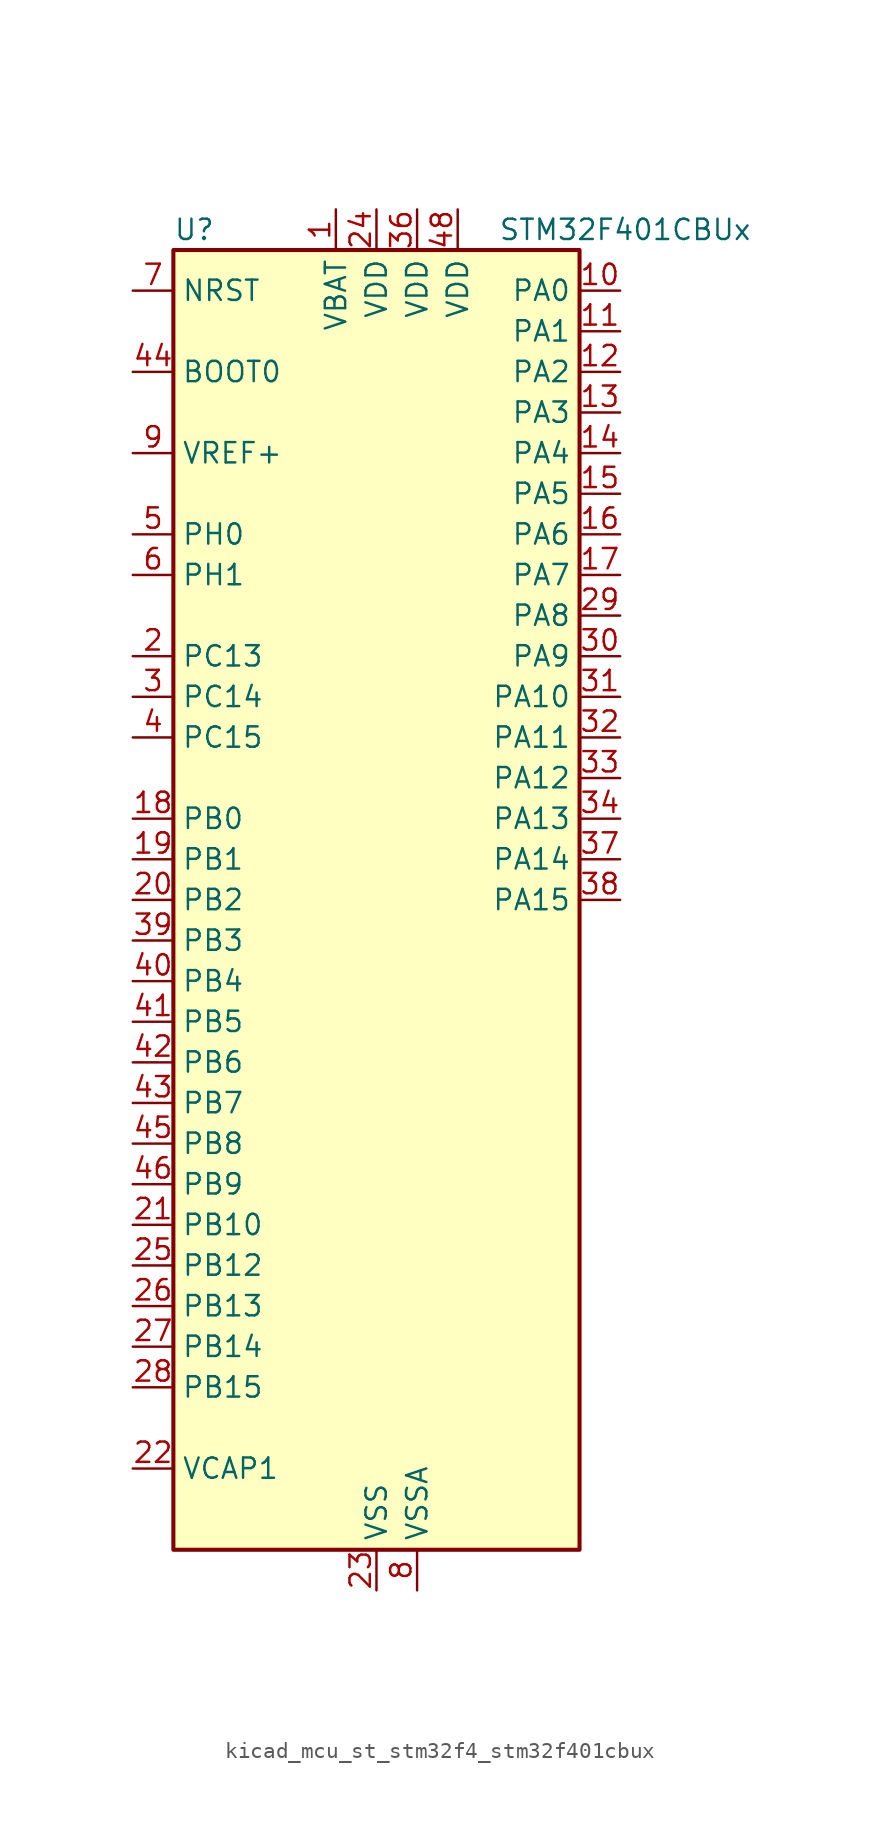
<source format=kicad_sym>
(kicad_symbol_lib
  (version 20220914)
  (generator kicad_symbol_editor)
  (symbol "kicad_mcu_st_stm32f4_stm32f401cbux"
    (property "Reference" "U"
      (at -12.7 41.91 0)
      (effects (font (size 1.27 1.27)) (justify left)))
    (property "Value" "STM32F401CBUx"
      (at 7.62 41.91 0)
      (effects (font (size 1.27 1.27)) (justify left)))
    (property "ki_locked" ""
      (at 0 0 0)
      (effects (font (size 1.27 1.27))))
    (symbol "kicad_mcu_st_stm32f4_stm32f401cbux_0_1"
      (rectangle (start -12.7 -40.64) (end 12.7 40.64) (stroke (width 0.254) (type default)) (fill (type background))))
    (symbol "kicad_mcu_st_stm32f4_stm32f401cbux_1_1"
      (pin power_in line (at -2.54 43.18 270) (length 2.54) (name "VBAT" (effects (font (size 1.27 1.27)))) (number "1" (effects (font (size 1.27 1.27)))))
      (pin bidirectional line (at 15.24 38.1 180) (length 2.54) (name "PA0" (effects (font (size 1.27 1.27)))) (number "10" (effects (font (size 1.27 1.27)))) (alternate "ADC1_IN0" bidirectional line) (alternate "SYS_WKUP" bidirectional line) (alternate "TIM2_CH1" bidirectional line) (alternate "TIM2_ETR" bidirectional line) (alternate "TIM5_CH1" bidirectional line) (alternate "USART2_CTS" bidirectional line))
      (pin bidirectional line (at 15.24 35.56 180) (length 2.54) (name "PA1" (effects (font (size 1.27 1.27)))) (number "11" (effects (font (size 1.27 1.27)))) (alternate "ADC1_IN1" bidirectional line) (alternate "TIM2_CH2" bidirectional line) (alternate "TIM5_CH2" bidirectional line) (alternate "USART2_RTS" bidirectional line))
      (pin bidirectional line (at 15.24 33.02 180) (length 2.54) (name "PA2" (effects (font (size 1.27 1.27)))) (number "12" (effects (font (size 1.27 1.27)))) (alternate "ADC1_IN2" bidirectional line) (alternate "TIM2_CH3" bidirectional line) (alternate "TIM5_CH3" bidirectional line) (alternate "TIM9_CH1" bidirectional line) (alternate "USART2_TX" bidirectional line))
      (pin bidirectional line (at 15.24 30.48 180) (length 2.54) (name "PA3" (effects (font (size 1.27 1.27)))) (number "13" (effects (font (size 1.27 1.27)))) (alternate "ADC1_IN3" bidirectional line) (alternate "TIM2_CH4" bidirectional line) (alternate "TIM5_CH4" bidirectional line) (alternate "TIM9_CH2" bidirectional line) (alternate "USART2_RX" bidirectional line))
      (pin bidirectional line (at 15.24 27.94 180) (length 2.54) (name "PA4" (effects (font (size 1.27 1.27)))) (number "14" (effects (font (size 1.27 1.27)))) (alternate "ADC1_IN4" bidirectional line) (alternate "I2S3_WS" bidirectional line) (alternate "SPI1_NSS" bidirectional line) (alternate "SPI3_NSS" bidirectional line) (alternate "USART2_CK" bidirectional line))
      (pin bidirectional line (at 15.24 25.4 180) (length 2.54) (name "PA5" (effects (font (size 1.27 1.27)))) (number "15" (effects (font (size 1.27 1.27)))) (alternate "ADC1_IN5" bidirectional line) (alternate "SPI1_SCK" bidirectional line) (alternate "TIM2_CH1" bidirectional line) (alternate "TIM2_ETR" bidirectional line))
      (pin bidirectional line (at 15.24 22.86 180) (length 2.54) (name "PA6" (effects (font (size 1.27 1.27)))) (number "16" (effects (font (size 1.27 1.27)))) (alternate "ADC1_IN6" bidirectional line) (alternate "SPI1_MISO" bidirectional line) (alternate "TIM1_BKIN" bidirectional line) (alternate "TIM3_CH1" bidirectional line))
      (pin bidirectional line (at 15.24 20.32 180) (length 2.54) (name "PA7" (effects (font (size 1.27 1.27)))) (number "17" (effects (font (size 1.27 1.27)))) (alternate "ADC1_IN7" bidirectional line) (alternate "SPI1_MOSI" bidirectional line) (alternate "TIM1_CH1N" bidirectional line) (alternate "TIM3_CH2" bidirectional line))
      (pin bidirectional line (at -15.24 5.08 0) (length 2.54) (name "PB0" (effects (font (size 1.27 1.27)))) (number "18" (effects (font (size 1.27 1.27)))) (alternate "ADC1_IN8" bidirectional line) (alternate "TIM1_CH2N" bidirectional line) (alternate "TIM3_CH3" bidirectional line))
      (pin bidirectional line (at -15.24 2.54 0) (length 2.54) (name "PB1" (effects (font (size 1.27 1.27)))) (number "19" (effects (font (size 1.27 1.27)))) (alternate "ADC1_IN9" bidirectional line) (alternate "TIM1_CH3N" bidirectional line) (alternate "TIM3_CH4" bidirectional line))
      (pin bidirectional line (at -15.24 15.24 0) (length 2.54) (name "PC13" (effects (font (size 1.27 1.27)))) (number "2" (effects (font (size 1.27 1.27)))) (alternate "RTC_AF1" bidirectional line))
      (pin bidirectional line (at -15.24 0 0) (length 2.54) (name "PB2" (effects (font (size 1.27 1.27)))) (number "20" (effects (font (size 1.27 1.27)))))
      (pin bidirectional line (at -15.24 -20.32 0) (length 2.54) (name "PB10" (effects (font (size 1.27 1.27)))) (number "21" (effects (font (size 1.27 1.27)))) (alternate "I2C2_SCL" bidirectional line) (alternate "I2S2_CK" bidirectional line) (alternate "SPI2_SCK" bidirectional line) (alternate "TIM2_CH3" bidirectional line))
      (pin power_out line (at -15.24 -35.56 0) (length 2.54) (name "VCAP1" (effects (font (size 1.27 1.27)))) (number "22" (effects (font (size 1.27 1.27)))))
      (pin power_in line (at 0 -43.18 90) (length 2.54) (name "VSS" (effects (font (size 1.27 1.27)))) (number "23" (effects (font (size 1.27 1.27)))))
      (pin power_in line (at 0 43.18 270) (length 2.54) (name "VDD" (effects (font (size 1.27 1.27)))) (number "24" (effects (font (size 1.27 1.27)))))
      (pin bidirectional line (at -15.24 -22.86 0) (length 2.54) (name "PB12" (effects (font (size 1.27 1.27)))) (number "25" (effects (font (size 1.27 1.27)))) (alternate "I2C2_SMBA" bidirectional line) (alternate "I2S2_WS" bidirectional line) (alternate "SPI2_NSS" bidirectional line) (alternate "TIM1_BKIN" bidirectional line))
      (pin bidirectional line (at -15.24 -25.4 0) (length 2.54) (name "PB13" (effects (font (size 1.27 1.27)))) (number "26" (effects (font (size 1.27 1.27)))) (alternate "I2S2_CK" bidirectional line) (alternate "SPI2_SCK" bidirectional line) (alternate "TIM1_CH1N" bidirectional line))
      (pin bidirectional line (at -15.24 -27.94 0) (length 2.54) (name "PB14" (effects (font (size 1.27 1.27)))) (number "27" (effects (font (size 1.27 1.27)))) (alternate "I2S2_ext_SD" bidirectional line) (alternate "SPI2_MISO" bidirectional line) (alternate "TIM1_CH2N" bidirectional line))
      (pin bidirectional line (at -15.24 -30.48 0) (length 2.54) (name "PB15" (effects (font (size 1.27 1.27)))) (number "28" (effects (font (size 1.27 1.27)))) (alternate "ADC1_EXTI15" bidirectional line) (alternate "I2S2_SD" bidirectional line) (alternate "RTC_REFIN" bidirectional line) (alternate "SPI2_MOSI" bidirectional line) (alternate "TIM1_CH3N" bidirectional line))
      (pin bidirectional line (at 15.24 17.78 180) (length 2.54) (name "PA8" (effects (font (size 1.27 1.27)))) (number "29" (effects (font (size 1.27 1.27)))) (alternate "I2C3_SCL" bidirectional line) (alternate "RCC_MCO_1" bidirectional line) (alternate "TIM1_CH1" bidirectional line) (alternate "USART1_CK" bidirectional line) (alternate "USB_OTG_FS_SOF" bidirectional line))
      (pin bidirectional line (at -15.24 12.7 0) (length 2.54) (name "PC14" (effects (font (size 1.27 1.27)))) (number "3" (effects (font (size 1.27 1.27)))) (alternate "RCC_OSC32_IN" bidirectional line))
      (pin bidirectional line (at 15.24 15.24 180) (length 2.54) (name "PA9" (effects (font (size 1.27 1.27)))) (number "30" (effects (font (size 1.27 1.27)))) (alternate "I2C3_SMBA" bidirectional line) (alternate "TIM1_CH2" bidirectional line) (alternate "USART1_TX" bidirectional line) (alternate "USB_OTG_FS_VBUS" bidirectional line))
      (pin bidirectional line (at 15.24 12.7 180) (length 2.54) (name "PA10" (effects (font (size 1.27 1.27)))) (number "31" (effects (font (size 1.27 1.27)))) (alternate "TIM1_CH3" bidirectional line) (alternate "USART1_RX" bidirectional line) (alternate "USB_OTG_FS_ID" bidirectional line))
      (pin bidirectional line (at 15.24 10.16 180) (length 2.54) (name "PA11" (effects (font (size 1.27 1.27)))) (number "32" (effects (font (size 1.27 1.27)))) (alternate "ADC1_EXTI11" bidirectional line) (alternate "TIM1_CH4" bidirectional line) (alternate "USART1_CTS" bidirectional line) (alternate "USART6_TX" bidirectional line) (alternate "USB_OTG_FS_DM" bidirectional line))
      (pin bidirectional line (at 15.24 7.62 180) (length 2.54) (name "PA12" (effects (font (size 1.27 1.27)))) (number "33" (effects (font (size 1.27 1.27)))) (alternate "TIM1_ETR" bidirectional line) (alternate "USART1_RTS" bidirectional line) (alternate "USART6_RX" bidirectional line) (alternate "USB_OTG_FS_DP" bidirectional line))
      (pin bidirectional line (at 15.24 5.08 180) (length 2.54) (name "PA13" (effects (font (size 1.27 1.27)))) (number "34" (effects (font (size 1.27 1.27)))) (alternate "SYS_JTMS-SWDIO" bidirectional line))
      (pin passive line (at 0 -43.18 90) (length 2.54) hide (name "VSS" (effects (font (size 1.27 1.27)))) (number "35" (effects (font (size 1.27 1.27)))))
      (pin power_in line (at 2.54 43.18 270) (length 2.54) (name "VDD" (effects (font (size 1.27 1.27)))) (number "36" (effects (font (size 1.27 1.27)))))
      (pin bidirectional line (at 15.24 2.54 180) (length 2.54) (name "PA14" (effects (font (size 1.27 1.27)))) (number "37" (effects (font (size 1.27 1.27)))) (alternate "SYS_JTCK-SWCLK" bidirectional line))
      (pin bidirectional line (at 15.24 0 180) (length 2.54) (name "PA15" (effects (font (size 1.27 1.27)))) (number "38" (effects (font (size 1.27 1.27)))) (alternate "ADC1_EXTI15" bidirectional line) (alternate "I2S3_WS" bidirectional line) (alternate "SPI1_NSS" bidirectional line) (alternate "SPI3_NSS" bidirectional line) (alternate "SYS_JTDI" bidirectional line) (alternate "TIM2_CH1" bidirectional line) (alternate "TIM2_ETR" bidirectional line))
      (pin bidirectional line (at -15.24 -2.54 0) (length 2.54) (name "PB3" (effects (font (size 1.27 1.27)))) (number "39" (effects (font (size 1.27 1.27)))) (alternate "I2C2_SDA" bidirectional line) (alternate "I2S3_CK" bidirectional line) (alternate "SPI1_SCK" bidirectional line) (alternate "SPI3_SCK" bidirectional line) (alternate "SYS_JTDO-SWO" bidirectional line) (alternate "TIM2_CH2" bidirectional line))
      (pin bidirectional line (at -15.24 10.16 0) (length 2.54) (name "PC15" (effects (font (size 1.27 1.27)))) (number "4" (effects (font (size 1.27 1.27)))) (alternate "ADC1_EXTI15" bidirectional line) (alternate "RCC_OSC32_OUT" bidirectional line))
      (pin bidirectional line (at -15.24 -5.08 0) (length 2.54) (name "PB4" (effects (font (size 1.27 1.27)))) (number "40" (effects (font (size 1.27 1.27)))) (alternate "I2C3_SDA" bidirectional line) (alternate "I2S3_ext_SD" bidirectional line) (alternate "SPI1_MISO" bidirectional line) (alternate "SPI3_MISO" bidirectional line) (alternate "SYS_JTRST" bidirectional line) (alternate "TIM3_CH1" bidirectional line))
      (pin bidirectional line (at -15.24 -7.62 0) (length 2.54) (name "PB5" (effects (font (size 1.27 1.27)))) (number "41" (effects (font (size 1.27 1.27)))) (alternate "I2C1_SMBA" bidirectional line) (alternate "I2S3_SD" bidirectional line) (alternate "SPI1_MOSI" bidirectional line) (alternate "SPI3_MOSI" bidirectional line) (alternate "TIM3_CH2" bidirectional line))
      (pin bidirectional line (at -15.24 -10.16 0) (length 2.54) (name "PB6" (effects (font (size 1.27 1.27)))) (number "42" (effects (font (size 1.27 1.27)))) (alternate "I2C1_SCL" bidirectional line) (alternate "TIM4_CH1" bidirectional line) (alternate "USART1_TX" bidirectional line))
      (pin bidirectional line (at -15.24 -12.7 0) (length 2.54) (name "PB7" (effects (font (size 1.27 1.27)))) (number "43" (effects (font (size 1.27 1.27)))) (alternate "I2C1_SDA" bidirectional line) (alternate "TIM4_CH2" bidirectional line) (alternate "USART1_RX" bidirectional line))
      (pin input line (at -15.24 33.02 0) (length 2.54) (name "BOOT0" (effects (font (size 1.27 1.27)))) (number "44" (effects (font (size 1.27 1.27)))))
      (pin bidirectional line (at -15.24 -15.24 0) (length 2.54) (name "PB8" (effects (font (size 1.27 1.27)))) (number "45" (effects (font (size 1.27 1.27)))) (alternate "I2C1_SCL" bidirectional line) (alternate "TIM10_CH1" bidirectional line) (alternate "TIM4_CH3" bidirectional line))
      (pin bidirectional line (at -15.24 -17.78 0) (length 2.54) (name "PB9" (effects (font (size 1.27 1.27)))) (number "46" (effects (font (size 1.27 1.27)))) (alternate "I2C1_SDA" bidirectional line) (alternate "I2S2_WS" bidirectional line) (alternate "SPI2_NSS" bidirectional line) (alternate "TIM11_CH1" bidirectional line) (alternate "TIM4_CH4" bidirectional line))
      (pin passive line (at 0 -43.18 90) (length 2.54) hide (name "VSS" (effects (font (size 1.27 1.27)))) (number "47" (effects (font (size 1.27 1.27)))))
      (pin power_in line (at 5.08 43.18 270) (length 2.54) (name "VDD" (effects (font (size 1.27 1.27)))) (number "48" (effects (font (size 1.27 1.27)))))
      (pin passive line (at 0 -43.18 90) (length 2.54) hide (name "VSS" (effects (font (size 1.27 1.27)))) (number "49" (effects (font (size 1.27 1.27)))))
      (pin bidirectional line (at -15.24 22.86 0) (length 2.54) (name "PH0" (effects (font (size 1.27 1.27)))) (number "5" (effects (font (size 1.27 1.27)))) (alternate "RCC_OSC_IN" bidirectional line))
      (pin bidirectional line (at -15.24 20.32 0) (length 2.54) (name "PH1" (effects (font (size 1.27 1.27)))) (number "6" (effects (font (size 1.27 1.27)))) (alternate "RCC_OSC_OUT" bidirectional line))
      (pin input line (at -15.24 38.1 0) (length 2.54) (name "NRST" (effects (font (size 1.27 1.27)))) (number "7" (effects (font (size 1.27 1.27)))))
      (pin power_in line (at 2.54 -43.18 90) (length 2.54) (name "VSSA" (effects (font (size 1.27 1.27)))) (number "8" (effects (font (size 1.27 1.27)))))
      (pin input line (at -15.24 27.94 0) (length 2.54) (name "VREF+" (effects (font (size 1.27 1.27)))) (number "9" (effects (font (size 1.27 1.27))))))))
</source>
